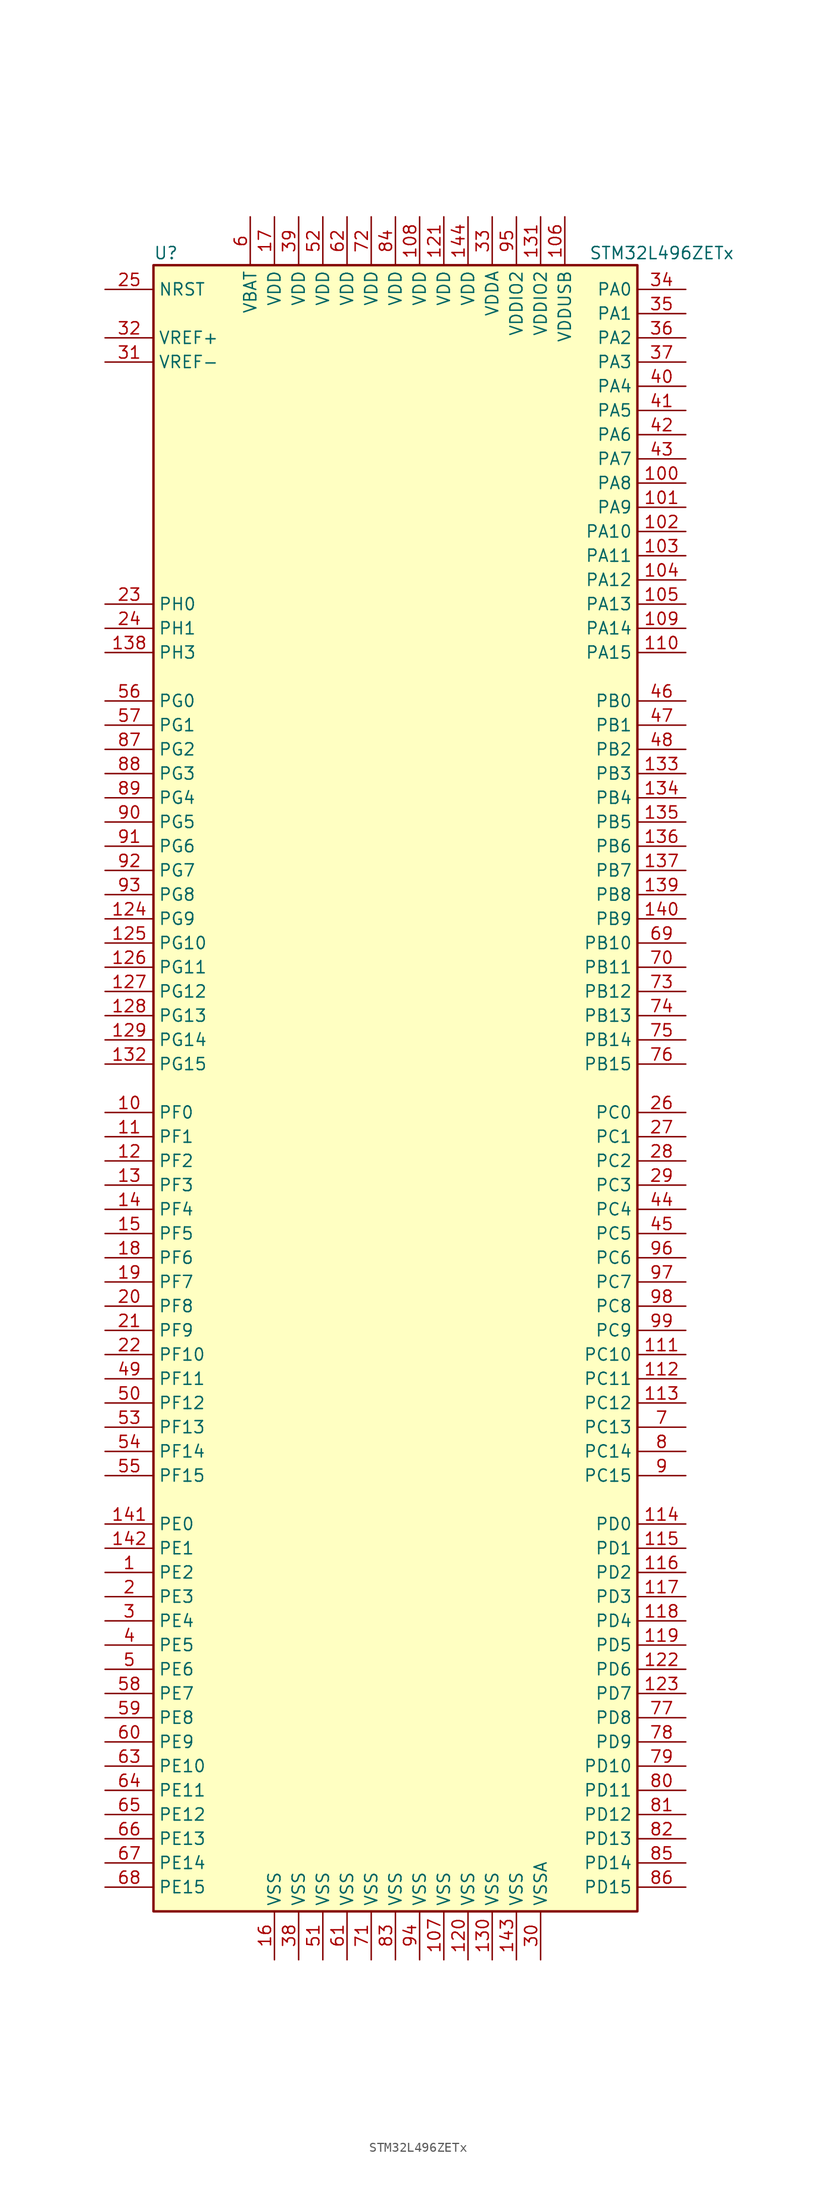
<source format=kicad_sym>
(kicad_symbol_lib
  (version 20201005)
  (generator kicad_symbol_editor)
  (symbol "STM32L496ZETx"
    (property "Reference" "U"
      (at -25.4 87.63 0)
      (effects (font (size 1.27 1.27)) (justify left)))
    (property "Value" "STM32L496ZETx"
      (at 20.32 87.63 0)
      (effects (font (size 1.27 1.27)) (justify left)))
    (symbol "STM32L496ZETx_0_1"
      (rectangle (start -25.4 -86.36) (end 25.4 86.36) (stroke (width 0.254)) (fill (type background))))
    (symbol "STM32L496ZETx_1_1"
      (pin bidirectional line (at -30.48 -50.8 0) (length 5.08) (name "PE2" (effects (font (size 1.27 1.27)))) (number "1" (effects (font (size 1.27 1.27)))))
      (pin bidirectional line (at -30.48 -2.54 0) (length 5.08) (name "PF0" (effects (font (size 1.27 1.27)))) (number "10" (effects (font (size 1.27 1.27)))))
      (pin bidirectional line (at 30.48 63.5 180) (length 5.08) (name "PA8" (effects (font (size 1.27 1.27)))) (number "100" (effects (font (size 1.27 1.27)))))
      (pin bidirectional line (at 30.48 60.96 180) (length 5.08) (name "PA9" (effects (font (size 1.27 1.27)))) (number "101" (effects (font (size 1.27 1.27)))))
      (pin bidirectional line (at 30.48 58.42 180) (length 5.08) (name "PA10" (effects (font (size 1.27 1.27)))) (number "102" (effects (font (size 1.27 1.27)))))
      (pin bidirectional line (at 30.48 55.88 180) (length 5.08) (name "PA11" (effects (font (size 1.27 1.27)))) (number "103" (effects (font (size 1.27 1.27)))))
      (pin bidirectional line (at 30.48 53.34 180) (length 5.08) (name "PA12" (effects (font (size 1.27 1.27)))) (number "104" (effects (font (size 1.27 1.27)))))
      (pin bidirectional line (at 30.48 50.8 180) (length 5.08) (name "PA13" (effects (font (size 1.27 1.27)))) (number "105" (effects (font (size 1.27 1.27)))))
      (pin power_in line (at 17.78 91.44 270) (length 5.08) (name "VDDUSB" (effects (font (size 1.27 1.27)))) (number "106" (effects (font (size 1.27 1.27)))))
      (pin power_in line (at 5.08 -91.44 90) (length 5.08) (name "VSS" (effects (font (size 1.27 1.27)))) (number "107" (effects (font (size 1.27 1.27)))))
      (pin power_in line (at 2.54 91.44 270) (length 5.08) (name "VDD" (effects (font (size 1.27 1.27)))) (number "108" (effects (font (size 1.27 1.27)))))
      (pin bidirectional line (at 30.48 48.26 180) (length 5.08) (name "PA14" (effects (font (size 1.27 1.27)))) (number "109" (effects (font (size 1.27 1.27)))))
      (pin bidirectional line (at -30.48 -5.08 0) (length 5.08) (name "PF1" (effects (font (size 1.27 1.27)))) (number "11" (effects (font (size 1.27 1.27)))))
      (pin bidirectional line (at 30.48 45.72 180) (length 5.08) (name "PA15" (effects (font (size 1.27 1.27)))) (number "110" (effects (font (size 1.27 1.27)))))
      (pin bidirectional line (at 30.48 -27.94 180) (length 5.08) (name "PC10" (effects (font (size 1.27 1.27)))) (number "111" (effects (font (size 1.27 1.27)))))
      (pin bidirectional line (at 30.48 -30.48 180) (length 5.08) (name "PC11" (effects (font (size 1.27 1.27)))) (number "112" (effects (font (size 1.27 1.27)))))
      (pin bidirectional line (at 30.48 -33.02 180) (length 5.08) (name "PC12" (effects (font (size 1.27 1.27)))) (number "113" (effects (font (size 1.27 1.27)))))
      (pin bidirectional line (at 30.48 -45.72 180) (length 5.08) (name "PD0" (effects (font (size 1.27 1.27)))) (number "114" (effects (font (size 1.27 1.27)))))
      (pin bidirectional line (at 30.48 -48.26 180) (length 5.08) (name "PD1" (effects (font (size 1.27 1.27)))) (number "115" (effects (font (size 1.27 1.27)))))
      (pin bidirectional line (at 30.48 -50.8 180) (length 5.08) (name "PD2" (effects (font (size 1.27 1.27)))) (number "116" (effects (font (size 1.27 1.27)))))
      (pin bidirectional line (at 30.48 -53.34 180) (length 5.08) (name "PD3" (effects (font (size 1.27 1.27)))) (number "117" (effects (font (size 1.27 1.27)))))
      (pin bidirectional line (at 30.48 -55.88 180) (length 5.08) (name "PD4" (effects (font (size 1.27 1.27)))) (number "118" (effects (font (size 1.27 1.27)))))
      (pin bidirectional line (at 30.48 -58.42 180) (length 5.08) (name "PD5" (effects (font (size 1.27 1.27)))) (number "119" (effects (font (size 1.27 1.27)))))
      (pin bidirectional line (at -30.48 -7.62 0) (length 5.08) (name "PF2" (effects (font (size 1.27 1.27)))) (number "12" (effects (font (size 1.27 1.27)))))
      (pin power_in line (at 7.62 -91.44 90) (length 5.08) (name "VSS" (effects (font (size 1.27 1.27)))) (number "120" (effects (font (size 1.27 1.27)))))
      (pin power_in line (at 5.08 91.44 270) (length 5.08) (name "VDD" (effects (font (size 1.27 1.27)))) (number "121" (effects (font (size 1.27 1.27)))))
      (pin bidirectional line (at 30.48 -60.96 180) (length 5.08) (name "PD6" (effects (font (size 1.27 1.27)))) (number "122" (effects (font (size 1.27 1.27)))))
      (pin bidirectional line (at 30.48 -63.5 180) (length 5.08) (name "PD7" (effects (font (size 1.27 1.27)))) (number "123" (effects (font (size 1.27 1.27)))))
      (pin bidirectional line (at -30.48 17.78 0) (length 5.08) (name "PG9" (effects (font (size 1.27 1.27)))) (number "124" (effects (font (size 1.27 1.27)))))
      (pin bidirectional line (at -30.48 15.24 0) (length 5.08) (name "PG10" (effects (font (size 1.27 1.27)))) (number "125" (effects (font (size 1.27 1.27)))))
      (pin bidirectional line (at -30.48 12.7 0) (length 5.08) (name "PG11" (effects (font (size 1.27 1.27)))) (number "126" (effects (font (size 1.27 1.27)))))
      (pin bidirectional line (at -30.48 10.16 0) (length 5.08) (name "PG12" (effects (font (size 1.27 1.27)))) (number "127" (effects (font (size 1.27 1.27)))))
      (pin bidirectional line (at -30.48 7.62 0) (length 5.08) (name "PG13" (effects (font (size 1.27 1.27)))) (number "128" (effects (font (size 1.27 1.27)))))
      (pin bidirectional line (at -30.48 5.08 0) (length 5.08) (name "PG14" (effects (font (size 1.27 1.27)))) (number "129" (effects (font (size 1.27 1.27)))))
      (pin bidirectional line (at -30.48 -10.16 0) (length 5.08) (name "PF3" (effects (font (size 1.27 1.27)))) (number "13" (effects (font (size 1.27 1.27)))))
      (pin power_in line (at 10.16 -91.44 90) (length 5.08) (name "VSS" (effects (font (size 1.27 1.27)))) (number "130" (effects (font (size 1.27 1.27)))))
      (pin power_in line (at 15.24 91.44 270) (length 5.08) (name "VDDIO2" (effects (font (size 1.27 1.27)))) (number "131" (effects (font (size 1.27 1.27)))))
      (pin bidirectional line (at -30.48 2.54 0) (length 5.08) (name "PG15" (effects (font (size 1.27 1.27)))) (number "132" (effects (font (size 1.27 1.27)))))
      (pin bidirectional line (at 30.48 33.02 180) (length 5.08) (name "PB3" (effects (font (size 1.27 1.27)))) (number "133" (effects (font (size 1.27 1.27)))))
      (pin bidirectional line (at 30.48 30.48 180) (length 5.08) (name "PB4" (effects (font (size 1.27 1.27)))) (number "134" (effects (font (size 1.27 1.27)))))
      (pin bidirectional line (at 30.48 27.94 180) (length 5.08) (name "PB5" (effects (font (size 1.27 1.27)))) (number "135" (effects (font (size 1.27 1.27)))))
      (pin bidirectional line (at 30.48 25.4 180) (length 5.08) (name "PB6" (effects (font (size 1.27 1.27)))) (number "136" (effects (font (size 1.27 1.27)))))
      (pin bidirectional line (at 30.48 22.86 180) (length 5.08) (name "PB7" (effects (font (size 1.27 1.27)))) (number "137" (effects (font (size 1.27 1.27)))))
      (pin bidirectional line (at -30.48 45.72 0) (length 5.08) (name "PH3" (effects (font (size 1.27 1.27)))) (number "138" (effects (font (size 1.27 1.27)))))
      (pin bidirectional line (at 30.48 20.32 180) (length 5.08) (name "PB8" (effects (font (size 1.27 1.27)))) (number "139" (effects (font (size 1.27 1.27)))))
      (pin bidirectional line (at -30.48 -12.7 0) (length 5.08) (name "PF4" (effects (font (size 1.27 1.27)))) (number "14" (effects (font (size 1.27 1.27)))))
      (pin bidirectional line (at 30.48 17.78 180) (length 5.08) (name "PB9" (effects (font (size 1.27 1.27)))) (number "140" (effects (font (size 1.27 1.27)))))
      (pin bidirectional line (at -30.48 -45.72 0) (length 5.08) (name "PE0" (effects (font (size 1.27 1.27)))) (number "141" (effects (font (size 1.27 1.27)))))
      (pin bidirectional line (at -30.48 -48.26 0) (length 5.08) (name "PE1" (effects (font (size 1.27 1.27)))) (number "142" (effects (font (size 1.27 1.27)))))
      (pin power_in line (at 12.7 -91.44 90) (length 5.08) (name "VSS" (effects (font (size 1.27 1.27)))) (number "143" (effects (font (size 1.27 1.27)))))
      (pin power_in line (at 7.62 91.44 270) (length 5.08) (name "VDD" (effects (font (size 1.27 1.27)))) (number "144" (effects (font (size 1.27 1.27)))))
      (pin bidirectional line (at -30.48 -15.24 0) (length 5.08) (name "PF5" (effects (font (size 1.27 1.27)))) (number "15" (effects (font (size 1.27 1.27)))))
      (pin power_in line (at -12.7 -91.44 90) (length 5.08) (name "VSS" (effects (font (size 1.27 1.27)))) (number "16" (effects (font (size 1.27 1.27)))))
      (pin power_in line (at -12.7 91.44 270) (length 5.08) (name "VDD" (effects (font (size 1.27 1.27)))) (number "17" (effects (font (size 1.27 1.27)))))
      (pin bidirectional line (at -30.48 -17.78 0) (length 5.08) (name "PF6" (effects (font (size 1.27 1.27)))) (number "18" (effects (font (size 1.27 1.27)))))
      (pin bidirectional line (at -30.48 -20.32 0) (length 5.08) (name "PF7" (effects (font (size 1.27 1.27)))) (number "19" (effects (font (size 1.27 1.27)))))
      (pin bidirectional line (at -30.48 -53.34 0) (length 5.08) (name "PE3" (effects (font (size 1.27 1.27)))) (number "2" (effects (font (size 1.27 1.27)))))
      (pin bidirectional line (at -30.48 -22.86 0) (length 5.08) (name "PF8" (effects (font (size 1.27 1.27)))) (number "20" (effects (font (size 1.27 1.27)))))
      (pin bidirectional line (at -30.48 -25.4 0) (length 5.08) (name "PF9" (effects (font (size 1.27 1.27)))) (number "21" (effects (font (size 1.27 1.27)))))
      (pin bidirectional line (at -30.48 -27.94 0) (length 5.08) (name "PF10" (effects (font (size 1.27 1.27)))) (number "22" (effects (font (size 1.27 1.27)))))
      (pin input line (at -30.48 50.8 0) (length 5.08) (name "PH0" (effects (font (size 1.27 1.27)))) (number "23" (effects (font (size 1.27 1.27)))))
      (pin input line (at -30.48 48.26 0) (length 5.08) (name "PH1" (effects (font (size 1.27 1.27)))) (number "24" (effects (font (size 1.27 1.27)))))
      (pin input line (at -30.48 83.82 0) (length 5.08) (name "NRST" (effects (font (size 1.27 1.27)))) (number "25" (effects (font (size 1.27 1.27)))))
      (pin bidirectional line (at 30.48 -2.54 180) (length 5.08) (name "PC0" (effects (font (size 1.27 1.27)))) (number "26" (effects (font (size 1.27 1.27)))))
      (pin bidirectional line (at 30.48 -5.08 180) (length 5.08) (name "PC1" (effects (font (size 1.27 1.27)))) (number "27" (effects (font (size 1.27 1.27)))))
      (pin bidirectional line (at 30.48 -7.62 180) (length 5.08) (name "PC2" (effects (font (size 1.27 1.27)))) (number "28" (effects (font (size 1.27 1.27)))))
      (pin bidirectional line (at 30.48 -10.16 180) (length 5.08) (name "PC3" (effects (font (size 1.27 1.27)))) (number "29" (effects (font (size 1.27 1.27)))))
      (pin bidirectional line (at -30.48 -55.88 0) (length 5.08) (name "PE4" (effects (font (size 1.27 1.27)))) (number "3" (effects (font (size 1.27 1.27)))))
      (pin power_in line (at 15.24 -91.44 90) (length 5.08) (name "VSSA" (effects (font (size 1.27 1.27)))) (number "30" (effects (font (size 1.27 1.27)))))
      (pin power_in line (at -30.48 76.2 0) (length 5.08) (name "VREF-" (effects (font (size 1.27 1.27)))) (number "31" (effects (font (size 1.27 1.27)))))
      (pin bidirectional line (at -30.48 78.74 0) (length 5.08) (name "VREF+" (effects (font (size 1.27 1.27)))) (number "32" (effects (font (size 1.27 1.27)))))
      (pin power_in line (at 10.16 91.44 270) (length 5.08) (name "VDDA" (effects (font (size 1.27 1.27)))) (number "33" (effects (font (size 1.27 1.27)))))
      (pin bidirectional line (at 30.48 83.82 180) (length 5.08) (name "PA0" (effects (font (size 1.27 1.27)))) (number "34" (effects (font (size 1.27 1.27)))))
      (pin bidirectional line (at 30.48 81.28 180) (length 5.08) (name "PA1" (effects (font (size 1.27 1.27)))) (number "35" (effects (font (size 1.27 1.27)))))
      (pin bidirectional line (at 30.48 78.74 180) (length 5.08) (name "PA2" (effects (font (size 1.27 1.27)))) (number "36" (effects (font (size 1.27 1.27)))))
      (pin bidirectional line (at 30.48 76.2 180) (length 5.08) (name "PA3" (effects (font (size 1.27 1.27)))) (number "37" (effects (font (size 1.27 1.27)))))
      (pin power_in line (at -10.16 -91.44 90) (length 5.08) (name "VSS" (effects (font (size 1.27 1.27)))) (number "38" (effects (font (size 1.27 1.27)))))
      (pin power_in line (at -10.16 91.44 270) (length 5.08) (name "VDD" (effects (font (size 1.27 1.27)))) (number "39" (effects (font (size 1.27 1.27)))))
      (pin bidirectional line (at -30.48 -58.42 0) (length 5.08) (name "PE5" (effects (font (size 1.27 1.27)))) (number "4" (effects (font (size 1.27 1.27)))))
      (pin bidirectional line (at 30.48 73.66 180) (length 5.08) (name "PA4" (effects (font (size 1.27 1.27)))) (number "40" (effects (font (size 1.27 1.27)))))
      (pin bidirectional line (at 30.48 71.12 180) (length 5.08) (name "PA5" (effects (font (size 1.27 1.27)))) (number "41" (effects (font (size 1.27 1.27)))))
      (pin bidirectional line (at 30.48 68.58 180) (length 5.08) (name "PA6" (effects (font (size 1.27 1.27)))) (number "42" (effects (font (size 1.27 1.27)))))
      (pin bidirectional line (at 30.48 66.04 180) (length 5.08) (name "PA7" (effects (font (size 1.27 1.27)))) (number "43" (effects (font (size 1.27 1.27)))))
      (pin bidirectional line (at 30.48 -12.7 180) (length 5.08) (name "PC4" (effects (font (size 1.27 1.27)))) (number "44" (effects (font (size 1.27 1.27)))))
      (pin bidirectional line (at 30.48 -15.24 180) (length 5.08) (name "PC5" (effects (font (size 1.27 1.27)))) (number "45" (effects (font (size 1.27 1.27)))))
      (pin bidirectional line (at 30.48 40.64 180) (length 5.08) (name "PB0" (effects (font (size 1.27 1.27)))) (number "46" (effects (font (size 1.27 1.27)))))
      (pin bidirectional line (at 30.48 38.1 180) (length 5.08) (name "PB1" (effects (font (size 1.27 1.27)))) (number "47" (effects (font (size 1.27 1.27)))))
      (pin bidirectional line (at 30.48 35.56 180) (length 5.08) (name "PB2" (effects (font (size 1.27 1.27)))) (number "48" (effects (font (size 1.27 1.27)))))
      (pin bidirectional line (at -30.48 -30.48 0) (length 5.08) (name "PF11" (effects (font (size 1.27 1.27)))) (number "49" (effects (font (size 1.27 1.27)))))
      (pin bidirectional line (at -30.48 -60.96 0) (length 5.08) (name "PE6" (effects (font (size 1.27 1.27)))) (number "5" (effects (font (size 1.27 1.27)))))
      (pin bidirectional line (at -30.48 -33.02 0) (length 5.08) (name "PF12" (effects (font (size 1.27 1.27)))) (number "50" (effects (font (size 1.27 1.27)))))
      (pin power_in line (at -7.62 -91.44 90) (length 5.08) (name "VSS" (effects (font (size 1.27 1.27)))) (number "51" (effects (font (size 1.27 1.27)))))
      (pin power_in line (at -7.62 91.44 270) (length 5.08) (name "VDD" (effects (font (size 1.27 1.27)))) (number "52" (effects (font (size 1.27 1.27)))))
      (pin bidirectional line (at -30.48 -35.56 0) (length 5.08) (name "PF13" (effects (font (size 1.27 1.27)))) (number "53" (effects (font (size 1.27 1.27)))))
      (pin bidirectional line (at -30.48 -38.1 0) (length 5.08) (name "PF14" (effects (font (size 1.27 1.27)))) (number "54" (effects (font (size 1.27 1.27)))))
      (pin bidirectional line (at -30.48 -40.64 0) (length 5.08) (name "PF15" (effects (font (size 1.27 1.27)))) (number "55" (effects (font (size 1.27 1.27)))))
      (pin bidirectional line (at -30.48 40.64 0) (length 5.08) (name "PG0" (effects (font (size 1.27 1.27)))) (number "56" (effects (font (size 1.27 1.27)))))
      (pin bidirectional line (at -30.48 38.1 0) (length 5.08) (name "PG1" (effects (font (size 1.27 1.27)))) (number "57" (effects (font (size 1.27 1.27)))))
      (pin bidirectional line (at -30.48 -63.5 0) (length 5.08) (name "PE7" (effects (font (size 1.27 1.27)))) (number "58" (effects (font (size 1.27 1.27)))))
      (pin bidirectional line (at -30.48 -66.04 0) (length 5.08) (name "PE8" (effects (font (size 1.27 1.27)))) (number "59" (effects (font (size 1.27 1.27)))))
      (pin power_in line (at -15.24 91.44 270) (length 5.08) (name "VBAT" (effects (font (size 1.27 1.27)))) (number "6" (effects (font (size 1.27 1.27)))))
      (pin bidirectional line (at -30.48 -68.58 0) (length 5.08) (name "PE9" (effects (font (size 1.27 1.27)))) (number "60" (effects (font (size 1.27 1.27)))))
      (pin power_in line (at -5.08 -91.44 90) (length 5.08) (name "VSS" (effects (font (size 1.27 1.27)))) (number "61" (effects (font (size 1.27 1.27)))))
      (pin power_in line (at -5.08 91.44 270) (length 5.08) (name "VDD" (effects (font (size 1.27 1.27)))) (number "62" (effects (font (size 1.27 1.27)))))
      (pin bidirectional line (at -30.48 -71.12 0) (length 5.08) (name "PE10" (effects (font (size 1.27 1.27)))) (number "63" (effects (font (size 1.27 1.27)))))
      (pin bidirectional line (at -30.48 -73.66 0) (length 5.08) (name "PE11" (effects (font (size 1.27 1.27)))) (number "64" (effects (font (size 1.27 1.27)))))
      (pin bidirectional line (at -30.48 -76.2 0) (length 5.08) (name "PE12" (effects (font (size 1.27 1.27)))) (number "65" (effects (font (size 1.27 1.27)))))
      (pin bidirectional line (at -30.48 -78.74 0) (length 5.08) (name "PE13" (effects (font (size 1.27 1.27)))) (number "66" (effects (font (size 1.27 1.27)))))
      (pin bidirectional line (at -30.48 -81.28 0) (length 5.08) (name "PE14" (effects (font (size 1.27 1.27)))) (number "67" (effects (font (size 1.27 1.27)))))
      (pin bidirectional line (at -30.48 -83.82 0) (length 5.08) (name "PE15" (effects (font (size 1.27 1.27)))) (number "68" (effects (font (size 1.27 1.27)))))
      (pin bidirectional line (at 30.48 15.24 180) (length 5.08) (name "PB10" (effects (font (size 1.27 1.27)))) (number "69" (effects (font (size 1.27 1.27)))))
      (pin bidirectional line (at 30.48 -35.56 180) (length 5.08) (name "PC13" (effects (font (size 1.27 1.27)))) (number "7" (effects (font (size 1.27 1.27)))))
      (pin bidirectional line (at 30.48 12.7 180) (length 5.08) (name "PB11" (effects (font (size 1.27 1.27)))) (number "70" (effects (font (size 1.27 1.27)))))
      (pin power_in line (at -2.54 -91.44 90) (length 5.08) (name "VSS" (effects (font (size 1.27 1.27)))) (number "71" (effects (font (size 1.27 1.27)))))
      (pin power_in line (at -2.54 91.44 270) (length 5.08) (name "VDD" (effects (font (size 1.27 1.27)))) (number "72" (effects (font (size 1.27 1.27)))))
      (pin bidirectional line (at 30.48 10.16 180) (length 5.08) (name "PB12" (effects (font (size 1.27 1.27)))) (number "73" (effects (font (size 1.27 1.27)))))
      (pin bidirectional line (at 30.48 7.62 180) (length 5.08) (name "PB13" (effects (font (size 1.27 1.27)))) (number "74" (effects (font (size 1.27 1.27)))))
      (pin bidirectional line (at 30.48 5.08 180) (length 5.08) (name "PB14" (effects (font (size 1.27 1.27)))) (number "75" (effects (font (size 1.27 1.27)))))
      (pin bidirectional line (at 30.48 2.54 180) (length 5.08) (name "PB15" (effects (font (size 1.27 1.27)))) (number "76" (effects (font (size 1.27 1.27)))))
      (pin bidirectional line (at 30.48 -66.04 180) (length 5.08) (name "PD8" (effects (font (size 1.27 1.27)))) (number "77" (effects (font (size 1.27 1.27)))))
      (pin bidirectional line (at 30.48 -68.58 180) (length 5.08) (name "PD9" (effects (font (size 1.27 1.27)))) (number "78" (effects (font (size 1.27 1.27)))))
      (pin bidirectional line (at 30.48 -71.12 180) (length 5.08) (name "PD10" (effects (font (size 1.27 1.27)))) (number "79" (effects (font (size 1.27 1.27)))))
      (pin bidirectional line (at 30.48 -38.1 180) (length 5.08) (name "PC14" (effects (font (size 1.27 1.27)))) (number "8" (effects (font (size 1.27 1.27)))))
      (pin bidirectional line (at 30.48 -73.66 180) (length 5.08) (name "PD11" (effects (font (size 1.27 1.27)))) (number "80" (effects (font (size 1.27 1.27)))))
      (pin bidirectional line (at 30.48 -76.2 180) (length 5.08) (name "PD12" (effects (font (size 1.27 1.27)))) (number "81" (effects (font (size 1.27 1.27)))))
      (pin bidirectional line (at 30.48 -78.74 180) (length 5.08) (name "PD13" (effects (font (size 1.27 1.27)))) (number "82" (effects (font (size 1.27 1.27)))))
      (pin power_in line (at 0 -91.44 90) (length 5.08) (name "VSS" (effects (font (size 1.27 1.27)))) (number "83" (effects (font (size 1.27 1.27)))))
      (pin power_in line (at 0 91.44 270) (length 5.08) (name "VDD" (effects (font (size 1.27 1.27)))) (number "84" (effects (font (size 1.27 1.27)))))
      (pin bidirectional line (at 30.48 -81.28 180) (length 5.08) (name "PD14" (effects (font (size 1.27 1.27)))) (number "85" (effects (font (size 1.27 1.27)))))
      (pin bidirectional line (at 30.48 -83.82 180) (length 5.08) (name "PD15" (effects (font (size 1.27 1.27)))) (number "86" (effects (font (size 1.27 1.27)))))
      (pin bidirectional line (at -30.48 35.56 0) (length 5.08) (name "PG2" (effects (font (size 1.27 1.27)))) (number "87" (effects (font (size 1.27 1.27)))))
      (pin bidirectional line (at -30.48 33.02 0) (length 5.08) (name "PG3" (effects (font (size 1.27 1.27)))) (number "88" (effects (font (size 1.27 1.27)))))
      (pin bidirectional line (at -30.48 30.48 0) (length 5.08) (name "PG4" (effects (font (size 1.27 1.27)))) (number "89" (effects (font (size 1.27 1.27)))))
      (pin bidirectional line (at 30.48 -40.64 180) (length 5.08) (name "PC15" (effects (font (size 1.27 1.27)))) (number "9" (effects (font (size 1.27 1.27)))))
      (pin bidirectional line (at -30.48 27.94 0) (length 5.08) (name "PG5" (effects (font (size 1.27 1.27)))) (number "90" (effects (font (size 1.27 1.27)))))
      (pin bidirectional line (at -30.48 25.4 0) (length 5.08) (name "PG6" (effects (font (size 1.27 1.27)))) (number "91" (effects (font (size 1.27 1.27)))))
      (pin bidirectional line (at -30.48 22.86 0) (length 5.08) (name "PG7" (effects (font (size 1.27 1.27)))) (number "92" (effects (font (size 1.27 1.27)))))
      (pin bidirectional line (at -30.48 20.32 0) (length 5.08) (name "PG8" (effects (font (size 1.27 1.27)))) (number "93" (effects (font (size 1.27 1.27)))))
      (pin power_in line (at 2.54 -91.44 90) (length 5.08) (name "VSS" (effects (font (size 1.27 1.27)))) (number "94" (effects (font (size 1.27 1.27)))))
      (pin power_in line (at 12.7 91.44 270) (length 5.08) (name "VDDIO2" (effects (font (size 1.27 1.27)))) (number "95" (effects (font (size 1.27 1.27)))))
      (pin bidirectional line (at 30.48 -17.78 180) (length 5.08) (name "PC6" (effects (font (size 1.27 1.27)))) (number "96" (effects (font (size 1.27 1.27)))))
      (pin bidirectional line (at 30.48 -20.32 180) (length 5.08) (name "PC7" (effects (font (size 1.27 1.27)))) (number "97" (effects (font (size 1.27 1.27)))))
      (pin bidirectional line (at 30.48 -22.86 180) (length 5.08) (name "PC8" (effects (font (size 1.27 1.27)))) (number "98" (effects (font (size 1.27 1.27)))))
      (pin bidirectional line (at 30.48 -25.4 180) (length 5.08) (name "PC9" (effects (font (size 1.27 1.27)))) (number "99" (effects (font (size 1.27 1.27))))))))
</source>
